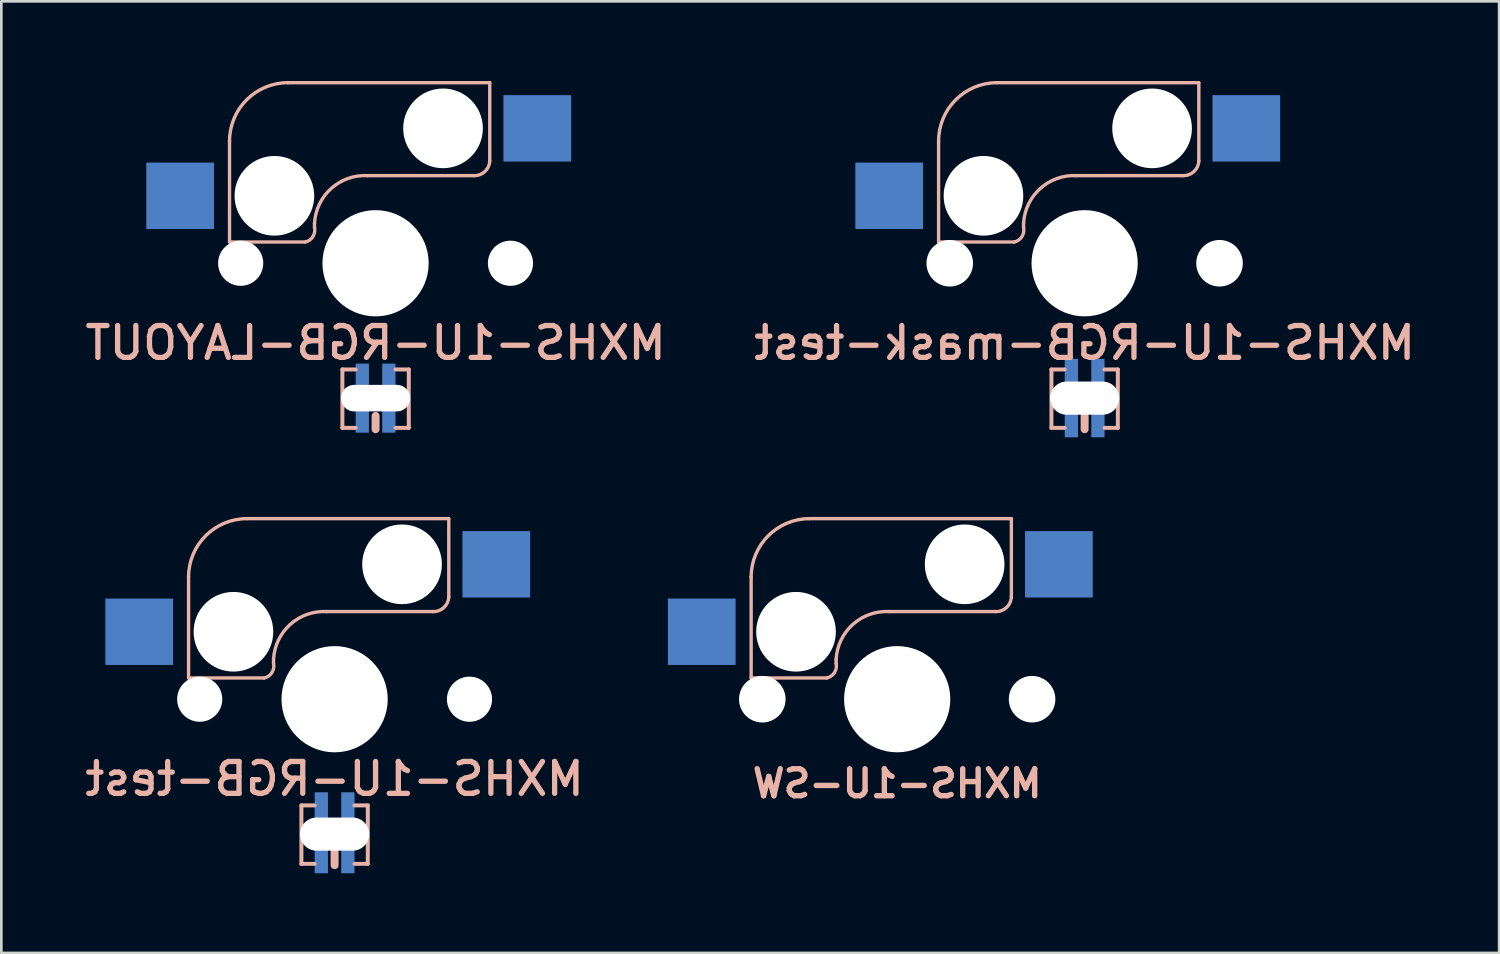
<source format=kicad_pcb>
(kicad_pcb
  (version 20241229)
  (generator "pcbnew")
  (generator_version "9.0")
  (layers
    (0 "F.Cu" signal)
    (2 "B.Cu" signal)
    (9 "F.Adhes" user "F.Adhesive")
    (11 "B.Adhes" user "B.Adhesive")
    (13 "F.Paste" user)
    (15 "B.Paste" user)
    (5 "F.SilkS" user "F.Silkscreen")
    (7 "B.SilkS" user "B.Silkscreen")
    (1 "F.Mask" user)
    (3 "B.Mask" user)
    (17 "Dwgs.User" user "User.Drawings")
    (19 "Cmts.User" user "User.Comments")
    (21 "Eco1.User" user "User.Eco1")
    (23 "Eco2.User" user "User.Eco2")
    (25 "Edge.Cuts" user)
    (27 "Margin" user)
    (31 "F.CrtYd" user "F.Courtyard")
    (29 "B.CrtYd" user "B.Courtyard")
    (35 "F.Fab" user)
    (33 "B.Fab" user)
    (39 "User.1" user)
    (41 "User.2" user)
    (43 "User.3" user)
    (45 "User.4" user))
  (footprint "MXHS-1U-RGB-LAYOUT"
    (layer "F.Cu")
    (at 11.094 6.864)
    (property "Reference" "MXHS-1U-RGB-LAYOUT" (at 0 3 0) (layer "B.SilkS") (effects (font (size 1.2 1.2) (thickness 0.2)) (justify mirror)))
    (attr through_hole)
    (fp_line (start -5.5 -0.8) (end -5.5 -4.6) (stroke (width 0.127) (type solid)) (layer "B.SilkS"))
    (fp_line (start -3.3 -6.8) (end 4.3 -6.8) (stroke (width 0.127) (type solid)) (layer "B.SilkS"))
    (fp_line (start -2.65 -0.8) (end -5.5 -0.8) (stroke (width 0.127) (type solid)) (layer "B.SilkS"))
    (fp_line (start -2.3 -1.5) (end -2.3 -1.35) (stroke (width 0.127) (type solid)) (layer "B.SilkS"))
    (fp_line (start -1.25 4) (end -1.25 6.2) (stroke (width 0.15) (type solid)) (layer "B.SilkS"))
    (fp_line (start -1.25 4) (end -0.75 4) (stroke (width 0.15) (type solid)) (layer "B.SilkS"))
    (fp_line (start -1.25 6.2) (end -0.75 6.2) (stroke (width 0.15) (type solid)) (layer "B.SilkS"))
    (fp_line (start 0 5.75) (end 0 6.25) (stroke (width 0.3) (type solid)) (layer "B.SilkS"))
    (fp_line (start 0.75 4) (end 1.25 4) (stroke (width 0.15) (type solid)) (layer "B.SilkS"))
    (fp_line (start 1.25 6.2) (end 0.75 6.2) (stroke (width 0.15) (type solid)) (layer "B.SilkS"))
    (fp_line (start 1.25 6.2) (end 1.25 4) (stroke (width 0.15) (type solid)) (layer "B.SilkS"))
    (fp_line (start 3.7 -3.3) (end -0.3 -3.3) (stroke (width 0.127) (type solid)) (layer "B.SilkS"))
    (fp_line (start 4.3 -6.8) (end 4.3 -3.85) (stroke (width 0.127) (type solid)) (layer "B.SilkS"))
    (fp_arc (start -5.5 -4.6) (mid -4.855635 -6.155635) (end -3.3 -6.8) (stroke (width 0.127) (type solid)) (layer "B.SilkS"))
    (fp_arc (start -2.3 -1.35) (mid -2.361091 -1.002513) (end -2.65 -0.8) (stroke (width 0.127) (type solid)) (layer "B.SilkS"))
    (fp_arc (start -2.299999 -1.499999) (mid -1.672792 -2.814213) (end -0.3 -3.3) (stroke (width 0.127) (type solid)) (layer "B.SilkS"))
    (fp_arc (start 4.3 -3.85) (mid 4.113909 -3.450736) (end 3.7 -3.3) (stroke (width 0.127) (type solid)) (layer "B.SilkS"))
    (pad "" np_thru_hole circle (at -5.08 0) (size 1.7 1.7) (drill 1.7) (layers "*.Cu"))
    (pad "" np_thru_hole circle (at -3.81 -2.54) (size 3 3) (drill 3) (layers "*.Cu"))
    (pad "" np_thru_hole circle (at 0 0) (size 4 4) (drill 4) (layers "*.Cu"))
    (pad "" np_thru_hole oval (at 0 5.08) (size 2.6 1) (drill oval 2.6 1) (layers "*.Cu" "*.Mask"))
    (pad "" np_thru_hole circle (at 2.54 -5.08) (size 3 3) (drill 3) (layers "*.Cu"))
    (pad "" np_thru_hole circle (at 5.08 0) (size 1.7 1.7) (drill 1.7) (layers "*.Cu"))
    (pad "A" smd rect (at -0.5 4.205) (size 0.5 0.85) (layers "B.Cu" "B.Mask" "B.Paste"))
    (pad "B" smd rect (at 0.5 4.205) (size 0.5 0.85) (layers "B.Cu" "B.Mask" "B.Paste"))
    (pad "G" smd rect (at 0.5 5.955) (size 0.5 0.85) (layers "B.Cu" "B.Mask" "B.Paste"))
    (pad "MX1" smd rect (at -7.36 -2.54) (size 2.55 2.5) (layers "B.Cu" "B.Mask" "B.Paste"))
    (pad "MX2" smd rect (at 6.09 -5.08) (size 2.55 2.5) (layers "B.Cu" "B.Mask" "B.Paste"))
    (pad "R" smd rect (at -0.5 5.955) (size 0.5 0.85) (layers "B.Cu" "B.Mask" "B.Paste")))
  (footprint "MXHS-1U-SW"
    (layer "F.Cu")
    (at 30.738 23.282)
    (property "Reference" "MXHS-1U-SW" (at 0 3.175 0) (layer "B.SilkS") (effects (font (size 1.016 1.016) (thickness 0.203)) (justify mirror)))
    (attr through_hole)
    (fp_line (start -5.5 -0.8) (end -5.5 -4.6) (stroke (width 0.127) (type solid)) (layer "B.SilkS"))
    (fp_line (start -3.3 -6.8) (end 4.3 -6.8) (stroke (width 0.127) (type solid)) (layer "B.SilkS"))
    (fp_line (start -2.65 -0.8) (end -5.5 -0.8) (stroke (width 0.127) (type solid)) (layer "B.SilkS"))
    (fp_line (start -2.3 -1.5) (end -2.3 -1.35) (stroke (width 0.127) (type solid)) (layer "B.SilkS"))
    (fp_line (start 3.7 -3.3) (end -0.3 -3.3) (stroke (width 0.127) (type solid)) (layer "B.SilkS"))
    (fp_line (start 4.3 -6.8) (end 4.3 -3.85) (stroke (width 0.127) (type solid)) (layer "B.SilkS"))
    (fp_arc (start -5.5 -4.6) (mid -4.855635 -6.155635) (end -3.3 -6.8) (stroke (width 0.127) (type solid)) (layer "B.SilkS"))
    (fp_arc (start -2.3 -1.35) (mid -2.361091 -1.002513) (end -2.65 -0.8) (stroke (width 0.127) (type solid)) (layer "B.SilkS"))
    (fp_arc (start -2.299999 -1.499999) (mid -1.672792 -2.814213) (end -0.3 -3.3) (stroke (width 0.127) (type solid)) (layer "B.SilkS"))
    (fp_arc (start 4.3 -3.85) (mid 4.113909 -3.450736) (end 3.7 -3.3) (stroke (width 0.127) (type solid)) (layer "B.SilkS"))
    (pad "" np_thru_hole circle (at -5.08 0) (size 1.753 1.753) (drill 1.753) (layers "*.Cu"))
    (pad "" np_thru_hole circle (at -3.81 -2.54) (size 3 3) (drill 3) (layers "*.Cu"))
    (pad "" np_thru_hole circle (at 0 0) (size 4 4) (drill 4) (layers "*.Cu"))
    (pad "" np_thru_hole circle (at 2.54 -5.08) (size 3 3) (drill 3) (layers "*.Cu"))
    (pad "" np_thru_hole circle (at 5.08 0) (size 1.753 1.753) (drill 1.753) (layers "*.Cu"))
    (pad "SW1" smd rect (at -7.36 -2.54) (size 2.55 2.5) (layers "B.Cu" "B.Mask" "B.Paste"))
    (pad "SW2" smd rect (at 6.09 -5.08) (size 2.55 2.5) (layers "B.Cu" "B.Mask" "B.Paste")))
  (footprint "MXHS-1U-RGB-mask-test"
    (layer "F.Cu")
    (at 37.797 6.864)
    (property "Reference" "MXHS-1U-RGB-mask-test" (at 0 3 0) (layer "B.SilkS") (effects (font (size 1.2 1.2) (thickness 0.2)) (justify mirror)))
    (attr through_hole)
    (fp_line (start -5.5 -0.8) (end -5.5 -4.6) (stroke (width 0.127) (type solid)) (layer "B.SilkS"))
    (fp_line (start -3.3 -6.8) (end 4.3 -6.8) (stroke (width 0.127) (type solid)) (layer "B.SilkS"))
    (fp_line (start -2.65 -0.8) (end -5.5 -0.8) (stroke (width 0.127) (type solid)) (layer "B.SilkS"))
    (fp_line (start -2.3 -1.5) (end -2.3 -1.35) (stroke (width 0.127) (type solid)) (layer "B.SilkS"))
    (fp_line (start -1.25 4) (end -1.25 6.2) (stroke (width 0.15) (type solid)) (layer "B.SilkS"))
    (fp_line (start -1.25 4) (end -0.75 4) (stroke (width 0.15) (type solid)) (layer "B.SilkS"))
    (fp_line (start -1.25 6.2) (end -0.75 6.2) (stroke (width 0.15) (type solid)) (layer "B.SilkS"))
    (fp_line (start 0 5.75) (end 0 6.25) (stroke (width 0.3) (type solid)) (layer "B.SilkS"))
    (fp_line (start 0.75 4) (end 1.25 4) (stroke (width 0.15) (type solid)) (layer "B.SilkS"))
    (fp_line (start 1.25 6.2) (end 0.75 6.2) (stroke (width 0.15) (type solid)) (layer "B.SilkS"))
    (fp_line (start 1.25 6.2) (end 1.25 4) (stroke (width 0.15) (type solid)) (layer "B.SilkS"))
    (fp_line (start 3.7 -3.3) (end -0.3 -3.3) (stroke (width 0.127) (type solid)) (layer "B.SilkS"))
    (fp_line (start 4.3 -6.8) (end 4.3 -3.85) (stroke (width 0.127) (type solid)) (layer "B.SilkS"))
    (fp_arc (start -5.5 -4.6) (mid -4.855635 -6.155635) (end -3.3 -6.8) (stroke (width 0.127) (type solid)) (layer "B.SilkS"))
    (fp_arc (start -2.3 -1.35) (mid -2.361091 -1.002513) (end -2.65 -0.8) (stroke (width 0.127) (type solid)) (layer "B.SilkS"))
    (fp_arc (start -2.299999 -1.499999) (mid -1.672792 -2.814213) (end -0.3 -3.3) (stroke (width 0.127) (type solid)) (layer "B.SilkS"))
    (fp_arc (start 4.3 -3.85) (mid 4.113909 -3.450736) (end 3.7 -3.3) (stroke (width 0.127) (type solid)) (layer "B.SilkS"))
    (pad "" np_thru_hole circle (at -5.08 0) (size 1.753 1.753) (drill 1.753) (layers "*.Cu"))
    (pad "" np_thru_hole circle (at -3.81 -2.54) (size 3 3) (drill 3) (layers "*.Cu"))
    (pad "" smd rect (at -0.5 4.03) (size 0.5 0.85) (layers "B.Paste"))
    (pad "" smd rect (at -0.5 6.13) (size 0.5 0.85) (layers "B.Paste"))
    (pad "" np_thru_hole circle (at 0 0) (size 4 4) (drill 4) (layers "*.Cu"))
    (pad "" np_thru_hole oval (at 0 5.08) (size 2.6 1.25) (drill oval 2.6 1.25) (layers "*.Cu" "*.Mask"))
    (pad "" smd rect (at 0.5 4.03) (size 0.5 0.85) (layers "B.Paste"))
    (pad "" smd rect (at 0.5 6.125) (size 0.5 0.85) (layers "B.Paste"))
    (pad "" np_thru_hole circle (at 2.54 -5.08) (size 3 3) (drill 3) (layers "*.Cu"))
    (pad "" np_thru_hole circle (at 5.08 0) (size 1.753 1.753) (drill 1.753) (layers "*.Cu"))
    (pad "A" smd rect (at -0.5 4.1) (size 0.5 1) (layers "B.Cu" "B.Mask"))
    (pad "B" smd rect (at 0.5 4.1) (size 0.5 1) (layers "B.Cu" "B.Mask"))
    (pad "G" smd rect (at 0.5 6.055) (size 0.5 1) (layers "B.Cu" "B.Mask"))
    (pad "MX1" smd rect (at -7.36 -2.54) (size 2.55 2.5) (layers "B.Cu" "B.Mask" "B.Paste"))
    (pad "MX2" smd rect (at 6.09 -5.08) (size 2.55 2.5) (layers "B.Cu" "B.Mask" "B.Paste"))
    (pad "R" smd rect (at -0.5 6.055) (size 0.5 1) (layers "B.Cu" "B.Mask")))
  (footprint "MXHS-1U-RGB-test"
    (layer "F.Cu")
    (at 9.551 23.282)
    (property "Reference" "MXHS-1U-RGB-test" (at 0 3 0) (layer "B.SilkS") (effects (font (size 1.2 1.2) (thickness 0.2)) (justify mirror)))
    (attr through_hole)
    (fp_line (start -5.5 -0.8) (end -5.5 -4.6) (stroke (width 0.127) (type solid)) (layer "B.SilkS"))
    (fp_line (start -3.3 -6.8) (end 4.3 -6.8) (stroke (width 0.127) (type solid)) (layer "B.SilkS"))
    (fp_line (start -2.65 -0.8) (end -5.5 -0.8) (stroke (width 0.127) (type solid)) (layer "B.SilkS"))
    (fp_line (start -2.3 -1.5) (end -2.3 -1.35) (stroke (width 0.127) (type solid)) (layer "B.SilkS"))
    (fp_line (start -1.25 4) (end -1.25 6.2) (stroke (width 0.15) (type solid)) (layer "B.SilkS"))
    (fp_line (start -1.25 4) (end -0.75 4) (stroke (width 0.15) (type solid)) (layer "B.SilkS"))
    (fp_line (start -1.25 6.2) (end -0.75 6.2) (stroke (width 0.15) (type solid)) (layer "B.SilkS"))
    (fp_line (start 0 5.75) (end 0 6.25) (stroke (width 0.3) (type solid)) (layer "B.SilkS"))
    (fp_line (start 0.75 4) (end 1.25 4) (stroke (width 0.15) (type solid)) (layer "B.SilkS"))
    (fp_line (start 1.25 6.2) (end 0.75 6.2) (stroke (width 0.15) (type solid)) (layer "B.SilkS"))
    (fp_line (start 1.25 6.2) (end 1.25 4) (stroke (width 0.15) (type solid)) (layer "B.SilkS"))
    (fp_line (start 3.7 -3.3) (end -0.3 -3.3) (stroke (width 0.127) (type solid)) (layer "B.SilkS"))
    (fp_line (start 4.3 -6.8) (end 4.3 -3.85) (stroke (width 0.127) (type solid)) (layer "B.SilkS"))
    (fp_arc (start -5.5 -4.6) (mid -4.855635 -6.155635) (end -3.3 -6.8) (stroke (width 0.127) (type solid)) (layer "B.SilkS"))
    (fp_arc (start -2.3 -1.35) (mid -2.361091 -1.002513) (end -2.65 -0.8) (stroke (width 0.127) (type solid)) (layer "B.SilkS"))
    (fp_arc (start -2.299999 -1.499999) (mid -1.672792 -2.814213) (end -0.3 -3.3) (stroke (width 0.127) (type solid)) (layer "B.SilkS"))
    (fp_arc (start 4.3 -3.85) (mid 4.113909 -3.450736) (end 3.7 -3.3) (stroke (width 0.127) (type solid)) (layer "B.SilkS"))
    (pad "" np_thru_hole circle (at -5.08 0) (size 1.7 1.7) (drill 1.7) (layers "*.Cu"))
    (pad "" np_thru_hole circle (at -3.81 -2.54) (size 3 3) (drill 3) (layers "*.Cu"))
    (pad "" np_thru_hole circle (at 0 0) (size 4 4) (drill 4) (layers "*.Cu"))
    (pad "" np_thru_hole oval (at 0 5.08) (size 2.6 1.25) (drill oval 2.6 1.25) (layers "*.Cu" "*.Mask"))
    (pad "" np_thru_hole circle (at 2.54 -5.08) (size 3 3) (drill 3) (layers "*.Cu"))
    (pad "" np_thru_hole circle (at 5.08 0) (size 1.7 1.7) (drill 1.7) (layers "*.Cu"))
    (pad "A" smd rect (at -0.5 4.005) (size 0.5 1) (layers "B.Cu" "B.Mask" "B.Paste"))
    (pad "B" smd rect (at 0.5 4.005) (size 0.5 1) (layers "B.Cu" "B.Mask" "B.Paste"))
    (pad "G" smd rect (at 0.5 6.055) (size 0.5 1) (layers "B.Cu" "B.Mask" "B.Paste"))
    (pad "MX1" smd rect (at -7.36 -2.54) (size 2.55 2.5) (layers "B.Cu" "B.Mask" "B.Paste"))
    (pad "MX2" smd rect (at 6.09 -5.08) (size 2.55 2.5) (layers "B.Cu" "B.Mask" "B.Paste"))
    (pad "R" smd rect (at -0.5 6.055) (size 0.5 1) (layers "B.Cu" "B.Mask" "B.Paste")))
  (gr_rect
    (start -3 -3)
    (end 53.406 32.837)
    (stroke (width 0.1) (type default))
    (fill no)
    (layer "Edge.Cuts")))
</source>
